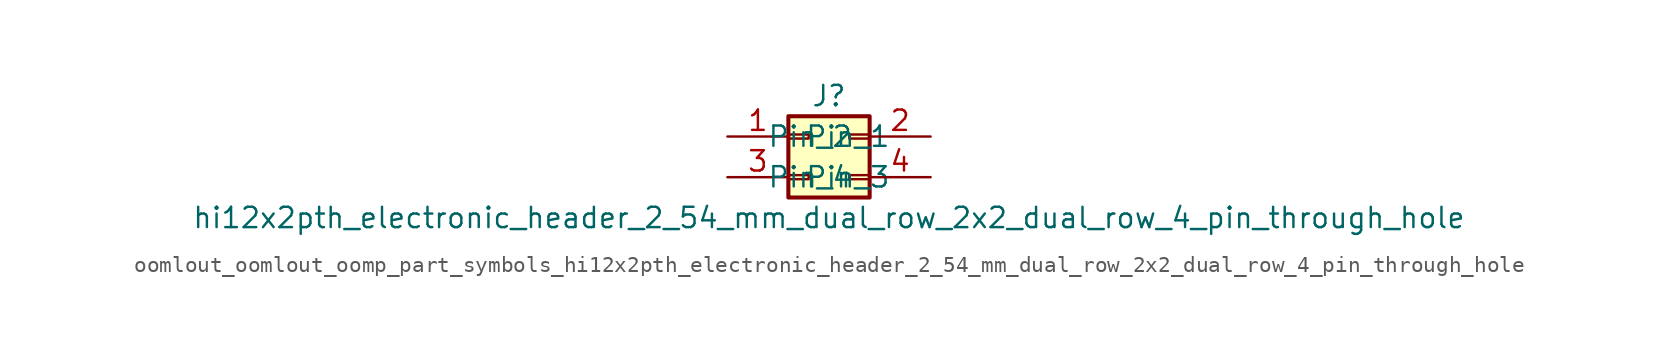
<source format=kicad_sym>
(kicad_symbol_lib
  (version 20220914)
  (generator kicad_symbol_editor)
  (symbol "oomlout_oomlout_oomp_part_symbols_hi12x2pth_electronic_header_2_54_mm_dual_row_2x2_dual_row_4_pin_through_hole"
    (pin_names
      (offset 1.016))
    (property "Reference" "J"
      (at 1.27 2.54 0)
      (effects (font (size 1.27 1.27))))
    (property "Value" "hi12x2pth_electronic_header_2_54_mm_dual_row_2x2_dual_row_4_pin_through_hole"
      (at 1.27 -5.08 0)
      (effects (font (size 1.27 1.27))))
    (symbol "oomlout_oomlout_oomp_part_symbols_hi12x2pth_electronic_header_2_54_mm_dual_row_2x2_dual_row_4_pin_through_hole_1_1"
      (rectangle (start -1.27 -2.413) (end 0 -2.667) (stroke (width 0.152) (type default)) (fill (type none)))
      (rectangle (start -1.27 0.127) (end 0 -0.127) (stroke (width 0.152) (type default)) (fill (type none)))
      (rectangle (start -1.27 1.27) (end 3.81 -3.81) (stroke (width 0.254) (type default)) (fill (type background)))
      (rectangle (start 3.81 -2.413) (end 2.54 -2.667) (stroke (width 0.152) (type default)) (fill (type none)))
      (rectangle (start 3.81 0.127) (end 2.54 -0.127) (stroke (width 0.152) (type default)) (fill (type none)))
      (pin passive line (at -5.08 0 0) (length 3.81) (name "Pin_1" (effects (font (size 1.27 1.27)))) (number "1" (effects (font (size 1.27 1.27)))))
      (pin passive line (at 7.62 0 180) (length 3.81) (name "Pin_2" (effects (font (size 1.27 1.27)))) (number "2" (effects (font (size 1.27 1.27)))))
      (pin passive line (at -5.08 -2.54 0) (length 3.81) (name "Pin_3" (effects (font (size 1.27 1.27)))) (number "3" (effects (font (size 1.27 1.27)))))
      (pin passive line (at 7.62 -2.54 180) (length 3.81) (name "Pin_4" (effects (font (size 1.27 1.27)))) (number "4" (effects (font (size 1.27 1.27))))))))
</source>
